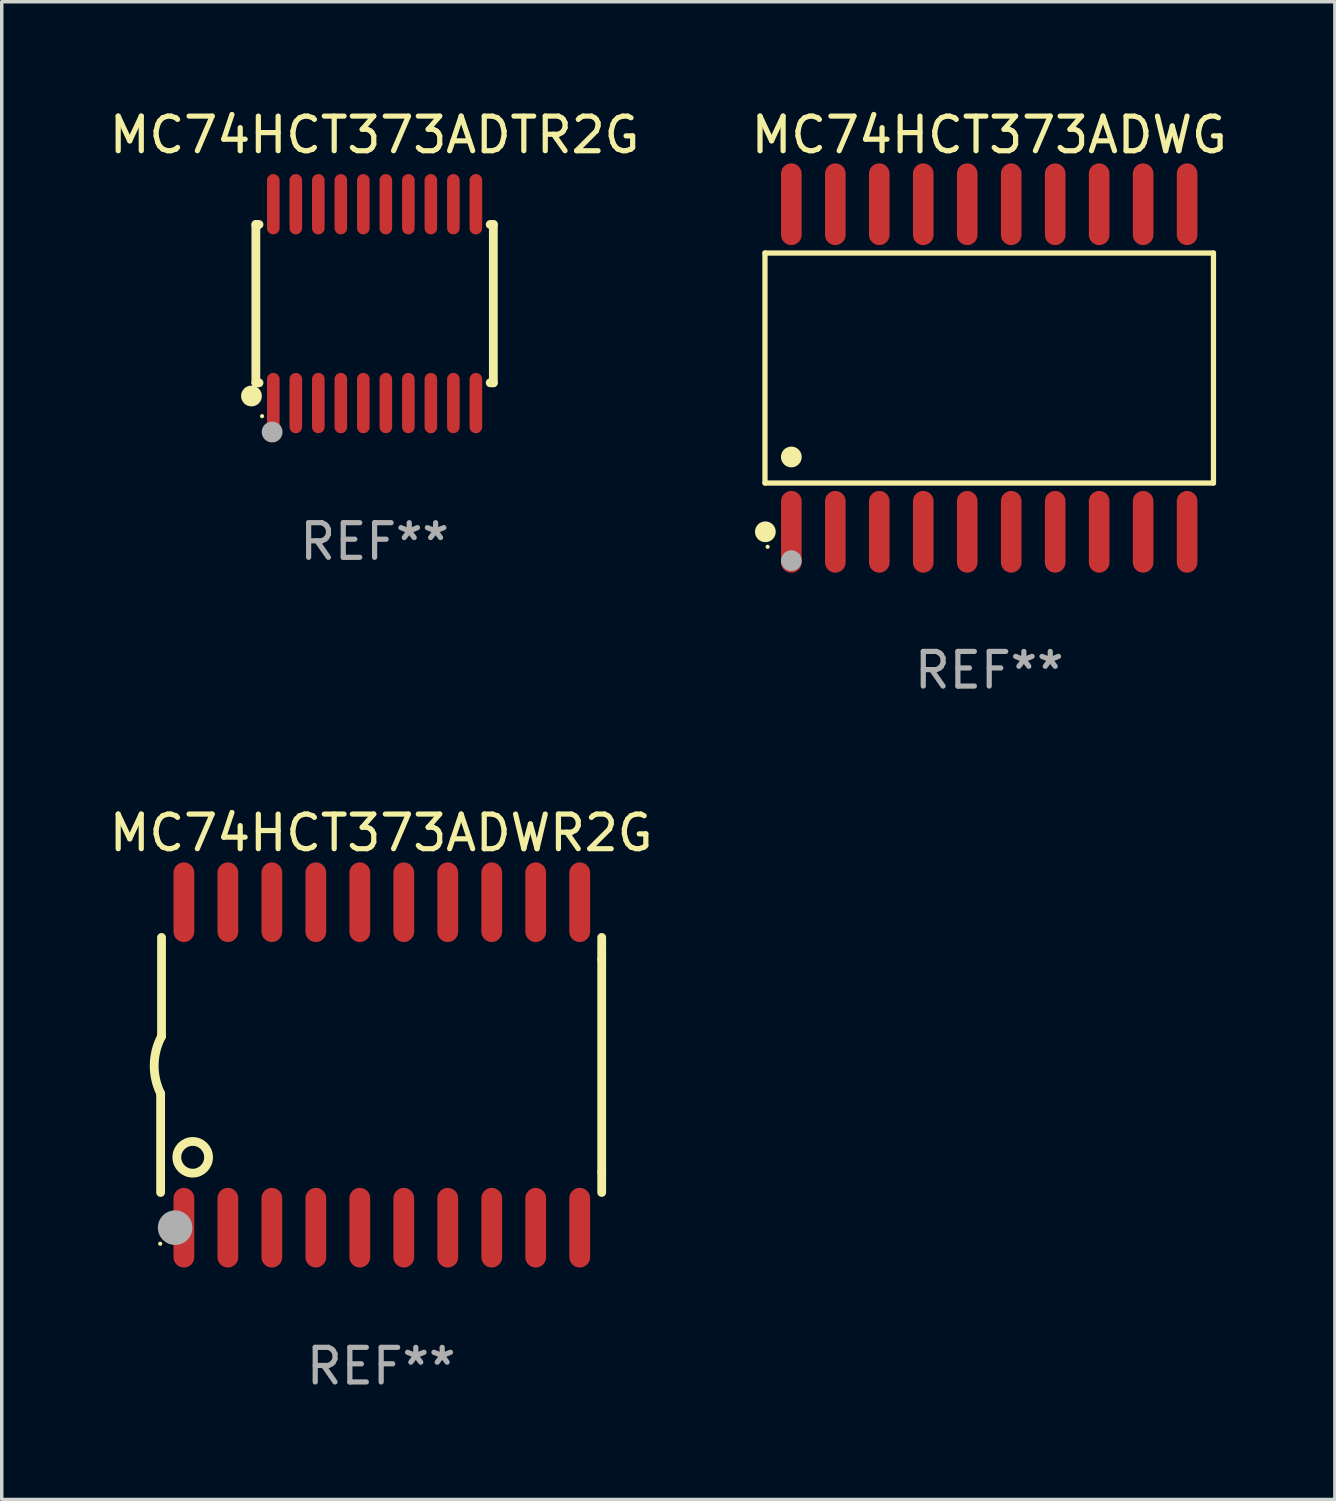
<source format=kicad_pcb>
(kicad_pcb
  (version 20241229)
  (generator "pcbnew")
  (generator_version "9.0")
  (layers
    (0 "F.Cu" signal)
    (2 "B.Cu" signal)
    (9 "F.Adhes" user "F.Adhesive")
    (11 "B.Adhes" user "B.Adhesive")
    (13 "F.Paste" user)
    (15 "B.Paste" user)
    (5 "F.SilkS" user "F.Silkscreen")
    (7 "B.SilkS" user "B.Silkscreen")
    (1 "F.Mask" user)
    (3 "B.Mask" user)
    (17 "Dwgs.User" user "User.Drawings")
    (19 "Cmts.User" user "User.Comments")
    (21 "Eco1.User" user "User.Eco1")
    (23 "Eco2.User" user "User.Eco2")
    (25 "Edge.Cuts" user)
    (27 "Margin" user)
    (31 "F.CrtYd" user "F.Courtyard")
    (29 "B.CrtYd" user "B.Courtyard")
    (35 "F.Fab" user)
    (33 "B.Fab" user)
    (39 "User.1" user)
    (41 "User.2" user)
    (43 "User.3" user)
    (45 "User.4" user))
  (footprint "MC74HCT373ADTR2G"
    (layer "F.Cu")
    (at 7.768 5.719)
    (property "Reference" "MC74HCT373ADTR2G" (at 0 -4.871 0) (layer "F.SilkS") (effects (font (size 1 1) (thickness 0.15))))
    (attr through_hole)
    (fp_line (start -3.429 -2.286) (end -3.429 2.286) (stroke (width 0.254) (type solid)) (layer "F.SilkS"))
    (fp_line (start -3.429 2.286) (end -3.338 2.286) (stroke (width 0.254) (type solid)) (layer "F.SilkS"))
    (fp_line (start -3.338 -2.286) (end -3.429 -2.286) (stroke (width 0.254) (type solid)) (layer "F.SilkS"))
    (fp_line (start 3.338 -2.286) (end 3.429 -2.286) (stroke (width 0.254) (type solid)) (layer "F.SilkS"))
    (fp_line (start 3.429 -2.286) (end 3.429 2.286) (stroke (width 0.254) (type solid)) (layer "F.SilkS"))
    (fp_line (start 3.429 2.286) (end 3.338 2.286) (stroke (width 0.254) (type solid)) (layer "F.SilkS"))
    (fp_circle (center -3.556 2.667) (end -3.406 2.667) (stroke (width 0.3) (type solid)) (fill no) (layer "F.SilkS"))
    (fp_circle (center -3.25 3.25) (end -3.22 3.25) (stroke (width 0.06) (type solid)) (fill no) (layer "F.SilkS"))
    (fp_circle (center -2.959 3.707) (end -2.808 3.707) (stroke (width 0.3) (type solid)) (fill no) (layer "F.Fab"))
    (fp_text user "REF**" (at 0 6.871 0) (layer "F.Fab") (effects (font (size 1 1) (thickness 0.15))))
    (pad "1" smd oval (at -2.925 2.871) (size 0.364 1.742) (layers "F.Cu" "F.Mask" "F.Paste"))
    (pad "2" smd oval (at -2.275 2.871) (size 0.364 1.742) (layers "F.Cu" "F.Mask" "F.Paste"))
    (pad "3" smd oval (at -1.625 2.871) (size 0.364 1.742) (layers "F.Cu" "F.Mask" "F.Paste"))
    (pad "4" smd oval (at -0.975 2.871) (size 0.364 1.742) (layers "F.Cu" "F.Mask" "F.Paste"))
    (pad "5" smd oval (at -0.325 2.871) (size 0.364 1.742) (layers "F.Cu" "F.Mask" "F.Paste"))
    (pad "6" smd oval (at 0.325 2.871) (size 0.364 1.742) (layers "F.Cu" "F.Mask" "F.Paste"))
    (pad "7" smd oval (at 0.975 2.871) (size 0.364 1.742) (layers "F.Cu" "F.Mask" "F.Paste"))
    (pad "8" smd oval (at 1.625 2.871) (size 0.364 1.742) (layers "F.Cu" "F.Mask" "F.Paste"))
    (pad "9" smd oval (at 2.275 2.871) (size 0.364 1.742) (layers "F.Cu" "F.Mask" "F.Paste"))
    (pad "10" smd oval (at 2.925 2.871) (size 0.364 1.742) (layers "F.Cu" "F.Mask" "F.Paste"))
    (pad "11" smd oval (at 2.925 -2.871) (size 0.364 1.742) (layers "F.Cu" "F.Mask" "F.Paste"))
    (pad "12" smd oval (at 2.275 -2.871) (size 0.364 1.742) (layers "F.Cu" "F.Mask" "F.Paste"))
    (pad "13" smd oval (at 1.625 -2.871) (size 0.364 1.742) (layers "F.Cu" "F.Mask" "F.Paste"))
    (pad "14" smd oval (at 0.975 -2.871) (size 0.364 1.742) (layers "F.Cu" "F.Mask" "F.Paste"))
    (pad "15" smd oval (at 0.325 -2.871) (size 0.364 1.742) (layers "F.Cu" "F.Mask" "F.Paste"))
    (pad "16" smd oval (at -0.325 -2.871) (size 0.364 1.742) (layers "F.Cu" "F.Mask" "F.Paste"))
    (pad "17" smd oval (at -0.975 -2.871) (size 0.364 1.742) (layers "F.Cu" "F.Mask" "F.Paste"))
    (pad "18" smd oval (at -1.625 -2.871) (size 0.364 1.742) (layers "F.Cu" "F.Mask" "F.Paste"))
    (pad "19" smd oval (at -2.275 -2.871) (size 0.364 1.742) (layers "F.Cu" "F.Mask" "F.Paste"))
    (pad "20" smd oval (at -2.925 -2.871) (size 0.364 1.742) (layers "F.Cu" "F.Mask" "F.Paste")))
  (footprint "MC74HCT373ADWR2G"
    (layer "F.Cu")
    (at 7.958 27.705)
    (property "Reference" "MC74HCT373ADWR2G" (at 0 -6.7 0) (layer "F.SilkS") (effects (font (size 1 1) (thickness 0.15))))
    (attr through_hole)
    (fp_line (start -6.369 0.826) (end -6.369 3.683) (stroke (width 0.254) (type solid)) (layer "F.SilkS"))
    (fp_line (start -6.343 -0.825) (end -6.343 -3.683) (stroke (width 0.254) (type solid)) (layer "F.SilkS"))
    (fp_line (start 6.369 -3.048) (end 6.369 -3.683) (stroke (width 0.254) (type solid)) (layer "F.SilkS"))
    (fp_line (start 6.369 -3.048) (end 6.369 3.096) (stroke (width 0.254) (type solid)) (layer "F.SilkS"))
    (fp_line (start 6.369 3.096) (end 6.369 3.683) (stroke (width 0.254) (type solid)) (layer "F.SilkS"))
    (fp_arc (start -6.36853 0.825552) (mid -6.554743 -0.00301) (end -6.343129 -0.825451) (stroke (width 0.254001) (type solid)) (layer "F.SilkS"))
    (fp_circle (center -6.382 5.163) (end -6.352 5.163) (stroke (width 0.06) (type solid)) (fill no) (layer "F.SilkS"))
    (fp_circle (center -5.443 2.667) (end -4.985 2.667) (stroke (width 0.254) (type solid)) (fill no) (layer "F.SilkS"))
    (fp_circle (center -5.951 4.699) (end -5.701 4.699) (stroke (width 0.5) (type solid)) (fill no) (layer "F.Fab"))
    (fp_text user "REF**" (at 0 8.7 0) (layer "F.Fab") (effects (font (size 1 1) (thickness 0.15))))
    (pad "1" smd oval (at -5.697 4.7 180) (size 0.6 2.3) (layers "F.Cu" "F.Mask" "F.Paste"))
    (pad "2" smd oval (at -4.427 4.7 180) (size 0.6 2.3) (layers "F.Cu" "F.Mask" "F.Paste"))
    (pad "3" smd oval (at -3.157 4.7 180) (size 0.6 2.3) (layers "F.Cu" "F.Mask" "F.Paste"))
    (pad "4" smd oval (at -1.887 4.7 180) (size 0.6 2.3) (layers "F.Cu" "F.Mask" "F.Paste"))
    (pad "5" smd oval (at -0.617 4.7 180) (size 0.6 2.3) (layers "F.Cu" "F.Mask" "F.Paste"))
    (pad "6" smd oval (at 0.653 4.7 180) (size 0.6 2.3) (layers "F.Cu" "F.Mask" "F.Paste"))
    (pad "7" smd oval (at 1.923 4.7 180) (size 0.6 2.3) (layers "F.Cu" "F.Mask" "F.Paste"))
    (pad "8" smd oval (at 3.193 4.7 180) (size 0.6 2.3) (layers "F.Cu" "F.Mask" "F.Paste"))
    (pad "9" smd oval (at 4.463 4.7 180) (size 0.6 2.3) (layers "F.Cu" "F.Mask" "F.Paste"))
    (pad "10" smd oval (at 5.734 4.7 180) (size 0.6 2.3) (layers "F.Cu" "F.Mask" "F.Paste"))
    (pad "11" smd oval (at 5.734 -4.7 180) (size 0.6 2.3) (layers "F.Cu" "F.Mask" "F.Paste"))
    (pad "12" smd oval (at 4.463 -4.7 180) (size 0.6 2.3) (layers "F.Cu" "F.Mask" "F.Paste"))
    (pad "13" smd oval (at 3.193 -4.7 180) (size 0.6 2.3) (layers "F.Cu" "F.Mask" "F.Paste"))
    (pad "14" smd oval (at 1.923 -4.7 180) (size 0.6 2.3) (layers "F.Cu" "F.Mask" "F.Paste"))
    (pad "15" smd oval (at 0.653 -4.7 180) (size 0.6 2.3) (layers "F.Cu" "F.Mask" "F.Paste"))
    (pad "16" smd oval (at -0.617 -4.7 180) (size 0.6 2.3) (layers "F.Cu" "F.Mask" "F.Paste"))
    (pad "17" smd oval (at -1.887 -4.7 180) (size 0.6 2.3) (layers "F.Cu" "F.Mask" "F.Paste"))
    (pad "18" smd oval (at -3.157 -4.7 180) (size 0.6 2.3) (layers "F.Cu" "F.Mask" "F.Paste"))
    (pad "19" smd oval (at -4.427 -4.7 180) (size 0.6 2.3) (layers "F.Cu" "F.Mask" "F.Paste"))
    (pad "20" smd oval (at -5.697 -4.7 180) (size 0.6 2.3) (layers "F.Cu" "F.Mask" "F.Paste")))
  (footprint "MC74HCT373ADWG"
    (layer "F.Cu")
    (at 25.518 7.578)
    (property "Reference" "MC74HCT373ADWG" (at 0 -6.73 0) (layer "F.SilkS") (effects (font (size 1 1) (thickness 0.15))))
    (attr through_hole)
    (fp_line (start -6.476 -3.321) (end 6.476 -3.321) (stroke (width 0.152) (type solid)) (layer "F.SilkS"))
    (fp_line (start -6.476 3.321) (end -6.476 -3.321) (stroke (width 0.152) (type solid)) (layer "F.SilkS"))
    (fp_line (start 6.476 -3.321) (end 6.476 3.321) (stroke (width 0.152) (type solid)) (layer "F.SilkS"))
    (fp_line (start 6.476 3.321) (end -6.476 3.321) (stroke (width 0.152) (type solid)) (layer "F.SilkS"))
    (fp_circle (center -6.465 4.73) (end -6.315 4.73) (stroke (width 0.3) (type solid)) (fill no) (layer "F.SilkS"))
    (fp_circle (center -6.4 5.163) (end -6.37 5.163) (stroke (width 0.06) (type solid)) (fill no) (layer "F.SilkS"))
    (fp_circle (center -5.715 2.569) (end -5.565 2.569) (stroke (width 0.3) (type solid)) (fill no) (layer "F.SilkS"))
    (fp_circle (center -5.715 5.563) (end -5.565 5.563) (stroke (width 0.3) (type solid)) (fill no) (layer "F.Fab"))
    (fp_text user "REF**" (at 0 8.73 0) (layer "F.Fab") (effects (font (size 1 1) (thickness 0.15))))
    (pad "1" smd oval (at -5.715 4.73) (size 0.595 2.36) (layers "F.Cu" "F.Mask" "F.Paste"))
    (pad "2" smd oval (at -4.445 4.73) (size 0.595 2.36) (layers "F.Cu" "F.Mask" "F.Paste"))
    (pad "3" smd oval (at -3.175 4.73) (size 0.595 2.36) (layers "F.Cu" "F.Mask" "F.Paste"))
    (pad "4" smd oval (at -1.905 4.73) (size 0.595 2.36) (layers "F.Cu" "F.Mask" "F.Paste"))
    (pad "5" smd oval (at -0.635 4.73) (size 0.595 2.36) (layers "F.Cu" "F.Mask" "F.Paste"))
    (pad "6" smd oval (at 0.635 4.73) (size 0.595 2.36) (layers "F.Cu" "F.Mask" "F.Paste"))
    (pad "7" smd oval (at 1.905 4.73) (size 0.595 2.36) (layers "F.Cu" "F.Mask" "F.Paste"))
    (pad "8" smd oval (at 3.175 4.73) (size 0.595 2.36) (layers "F.Cu" "F.Mask" "F.Paste"))
    (pad "9" smd oval (at 4.445 4.73) (size 0.595 2.36) (layers "F.Cu" "F.Mask" "F.Paste"))
    (pad "10" smd oval (at 5.715 4.73) (size 0.595 2.36) (layers "F.Cu" "F.Mask" "F.Paste"))
    (pad "11" smd oval (at 5.715 -4.73) (size 0.595 2.36) (layers "F.Cu" "F.Mask" "F.Paste"))
    (pad "12" smd oval (at 4.445 -4.73) (size 0.595 2.36) (layers "F.Cu" "F.Mask" "F.Paste"))
    (pad "13" smd oval (at 3.175 -4.73) (size 0.595 2.36) (layers "F.Cu" "F.Mask" "F.Paste"))
    (pad "14" smd oval (at 1.905 -4.73) (size 0.595 2.36) (layers "F.Cu" "F.Mask" "F.Paste"))
    (pad "15" smd oval (at 0.635 -4.73) (size 0.595 2.36) (layers "F.Cu" "F.Mask" "F.Paste"))
    (pad "16" smd oval (at -0.635 -4.73) (size 0.595 2.36) (layers "F.Cu" "F.Mask" "F.Paste"))
    (pad "17" smd oval (at -1.905 -4.73) (size 0.595 2.36) (layers "F.Cu" "F.Mask" "F.Paste"))
    (pad "18" smd oval (at -3.175 -4.73) (size 0.595 2.36) (layers "F.Cu" "F.Mask" "F.Paste"))
    (pad "19" smd oval (at -4.445 -4.73) (size 0.595 2.36) (layers "F.Cu" "F.Mask" "F.Paste"))
    (pad "20" smd oval (at -5.715 -4.73) (size 0.595 2.36) (layers "F.Cu" "F.Mask" "F.Paste")))
  (gr_rect
    (start -3 -3)
    (end 35.5 40.253)
    (stroke (width 0.1) (type default))
    (fill no)
    (layer "Edge.Cuts")))
</source>
